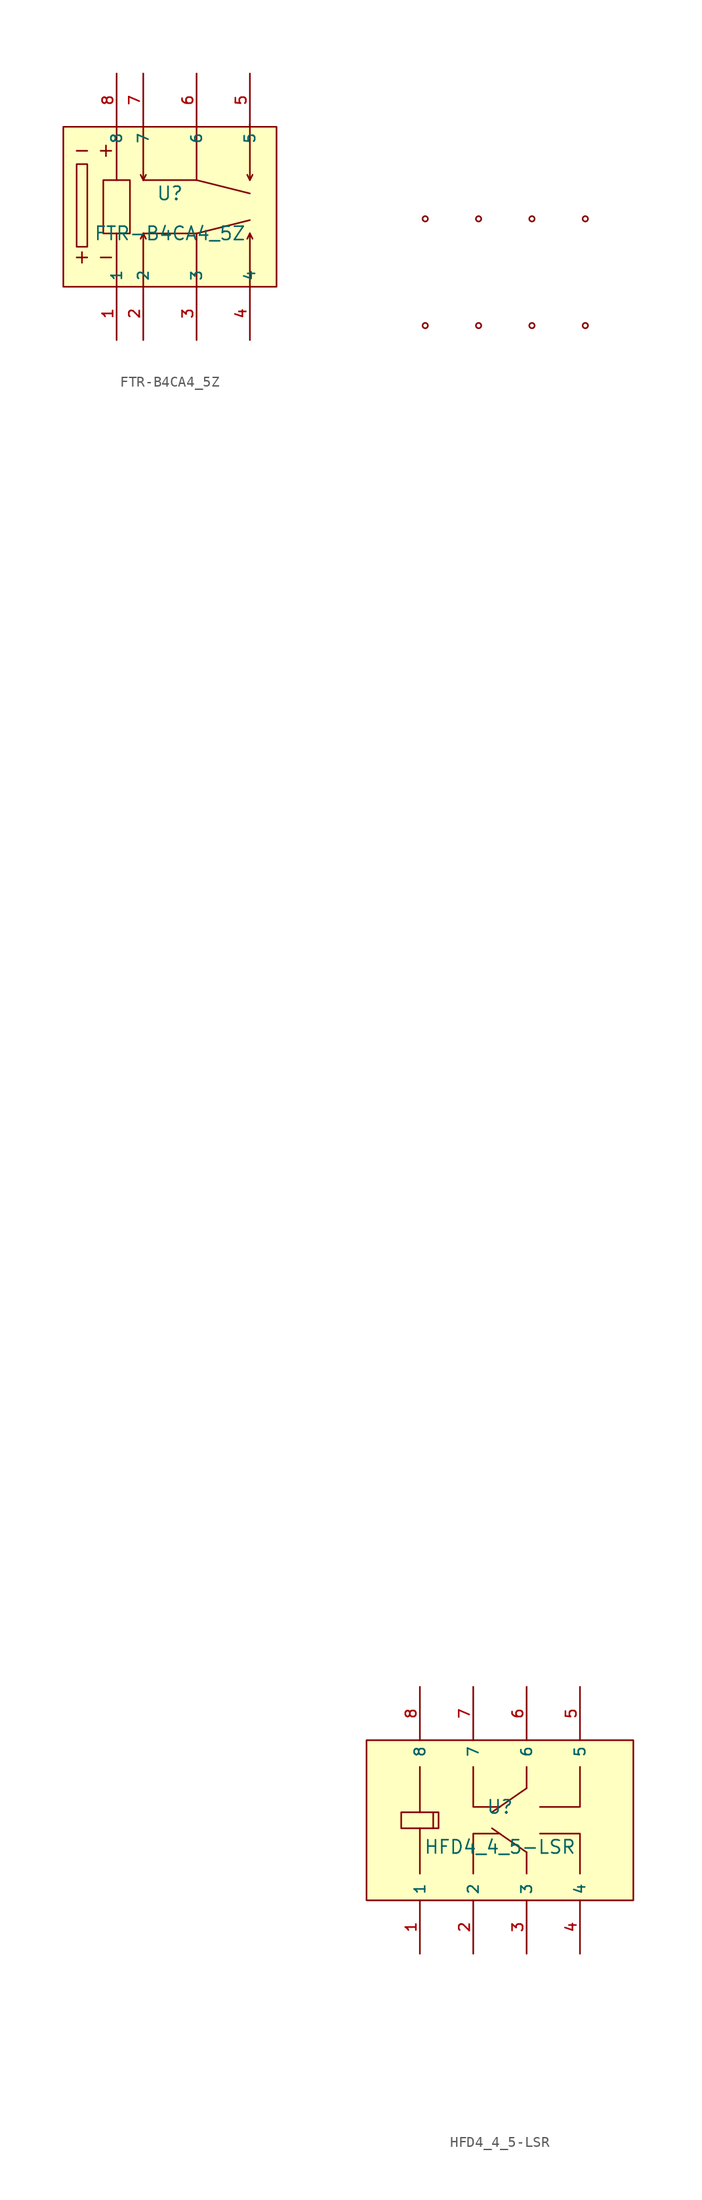
<source format=kicad_sym>
(kicad_symbol_lib
  (version 20231120)
  (generator "kicad_symbol_editor")
  (generator_version "8.0")
  (symbol "FTR-B4CA4_5Z"
    (property "Reference" "U"
      (at 0 1.27 0)
      (effects (font (size 1.27 1.27))))
    (property "Value" "FTR-B4CA4_5Z"
      (at 0 -2.54 0)
      (effects (font (size 1.27 1.27))))
    (symbol "FTR-B4CA4_5Z_0_1"
      (rectangle (start -10.16 7.62) (end 10.16 -7.62) (stroke (width 0) (type default)) (fill (type background)))
      (rectangle (start -8.89 4.064) (end -7.874 -3.81) (stroke (width 0) (type default)) (fill (type background)))
      (rectangle (start -6.35 2.54) (end -3.81 -2.54) (stroke (width 0) (type default)) (fill (type background)))
      (polyline (pts (xy -8.89 -4.826) (xy -7.874 -4.826)) (stroke (width 0) (type default)) (fill (type none)))
      (polyline (pts (xy -8.89 5.334) (xy -7.874 5.334)) (stroke (width 0) (type default)) (fill (type none)))
      (polyline (pts (xy -8.382 -4.318) (xy -8.382 -5.334)) (stroke (width 0) (type default)) (fill (type none)))
      (polyline (pts (xy -6.604 -4.826) (xy -5.588 -4.826)) (stroke (width 0) (type default)) (fill (type none)))
      (polyline (pts (xy -6.604 5.334) (xy -5.588 5.334)) (stroke (width 0) (type default)) (fill (type none)))
      (polyline (pts (xy -6.096 5.842) (xy -6.096 4.826)) (stroke (width 0) (type default)) (fill (type none)))
      (polyline (pts (xy -5.08 -7.62) (xy -5.08 -2.54)) (stroke (width 0) (type default)) (fill (type none)))
      (polyline (pts (xy -5.08 2.54) (xy -5.08 7.62)) (stroke (width 0) (type default)) (fill (type none)))
      (polyline (pts (xy -2.54 -7.62) (xy -2.54 -2.54)) (stroke (width 0) (type default)) (fill (type none)))
      (polyline (pts (xy -2.54 -2.54) (xy -2.794 -3.048)) (stroke (width 0) (type default)) (fill (type none)))
      (polyline (pts (xy -2.54 -2.54) (xy -2.286 -3.048)) (stroke (width 0) (type default)) (fill (type none)))
      (polyline (pts (xy -2.54 2.54) (xy -2.794 3.048)) (stroke (width 0) (type default)) (fill (type none)))
      (polyline (pts (xy -2.54 2.54) (xy -2.54 7.62)) (stroke (width 0) (type default)) (fill (type none)))
      (polyline (pts (xy -2.54 2.54) (xy -2.286 3.048)) (stroke (width 0) (type default)) (fill (type none)))
      (polyline (pts (xy 2.54 -7.62) (xy 2.54 -2.54)) (stroke (width 0) (type default)) (fill (type none)))
      (polyline (pts (xy 2.54 2.54) (xy 2.54 7.62)) (stroke (width 0) (type default)) (fill (type none)))
      (polyline (pts (xy 7.62 -7.62) (xy 7.62 -2.54)) (stroke (width 0) (type default)) (fill (type none)))
      (polyline (pts (xy 7.62 -2.54) (xy 7.366 -3.048)) (stroke (width 0) (type default)) (fill (type none)))
      (polyline (pts (xy 7.62 -2.54) (xy 7.874 -3.048)) (stroke (width 0) (type default)) (fill (type none)))
      (polyline (pts (xy 7.62 2.54) (xy 7.366 3.048)) (stroke (width 0) (type default)) (fill (type none)))
      (polyline (pts (xy 7.62 2.54) (xy 7.874 3.048)) (stroke (width 0) (type default)) (fill (type none)))
      (polyline (pts (xy 7.62 2.794) (xy 7.62 7.874)) (stroke (width 0) (type default)) (fill (type none)))
      (polyline (pts (xy -2.54 -2.54) (xy 2.54 -2.54) (xy 7.62 -1.27)) (stroke (width 0) (type default)) (fill (type none)))
      (polyline (pts (xy -2.54 2.54) (xy 2.54 2.54) (xy 7.62 1.27)) (stroke (width 0) (type default)) (fill (type none)))
      (pin unspecified line (at -5.08 -12.7 90) (length 5.08) (name "1" (effects (font (size 1 1)))) (number "1" (effects (font (size 1 1)))))
      (pin unspecified line (at -2.54 -12.7 90) (length 5.08) (name "2" (effects (font (size 1 1)))) (number "2" (effects (font (size 1 1)))))
      (pin unspecified line (at 2.54 -12.7 90) (length 5.08) (name "3" (effects (font (size 1 1)))) (number "3" (effects (font (size 1 1)))))
      (pin unspecified line (at 7.62 -12.7 90) (length 5.08) (name "4" (effects (font (size 1 1)))) (number "4" (effects (font (size 1 1)))))
      (pin unspecified line (at 7.62 12.7 270) (length 5.08) (name "5" (effects (font (size 1 1)))) (number "5" (effects (font (size 1 1)))))
      (pin unspecified line (at 2.54 12.7 270) (length 5.08) (name "6" (effects (font (size 1 1)))) (number "6" (effects (font (size 1 1)))))
      (pin unspecified line (at -2.54 12.7 270) (length 5.08) (name "7" (effects (font (size 1 1)))) (number "7" (effects (font (size 1 1)))))
      (pin unspecified line (at -5.08 12.7 270) (length 5.08) (name "8" (effects (font (size 1 1)))) (number "8" (effects (font (size 1 1)))))))
  (symbol "HFD4_4_5-LSR"
    (property "Reference" "U"
      (at 0 1.27 0)
      (effects (font (size 1.27 1.27))))
    (property "Value" "HFD4_4_5-LSR"
      (at 0 -2.54 0)
      (effects (font (size 1.27 1.27))))
    (symbol "HFD4_4_5-LSR_0_1"
      (pin unspecified line (at -2.54 -12.7 90) (length 5.08) (name "2" (effects (font (size 1 1)))) (number "2" (effects (font (size 1 1)))))
      (rectangle (start -12.7 7.62) (end 12.7 -7.62) (stroke (width 0) (type default) (color 0 0 0 0)) (fill (type background)))
      (pin input line (at -7.62 -12.7 90) (length 5.08) (name "1" (effects (font (size 1 1)))) (number "1" (effects (font (size 1 1)))))
      (pin input line (at 7.62 12.7 270) (length 5.08) (name "5" (effects (font (size 1 1)))) (number "5" (effects (font (size 1 1)))))
      (pin input line (at 2.54 -12.7 90) (length 5.08) (name "3" (effects (font (size 1 1)))) (number "3" (effects (font (size 1 1)))))
      (pin input line (at 7.62 -12.7 90) (length 5.08) (name "4" (effects (font (size 1 1)))) (number "4" (effects (font (size 1 1)))))
      (pin input line (at -2.54 12.7 270) (length 5.08) (name "7" (effects (font (size 1 1)))) (number "7" (effects (font (size 1 1)))))
      (pin input line (at -7.62 12.7 270) (length 5.08) (name "8" (effects (font (size 1 1)))) (number "8" (effects (font (size 1 1)))))
      (pin input line (at 2.54 12.7 270) (length 5.08) (name "6" (effects (font (size 1 1)))) (number "6" (effects (font (size 1 1)))))
      (polyline (pts (xy -7.62 -5.08) (xy -7.62 -0.762)) (stroke (width 0) (type default) (color 0 0 0 0)) (fill (type none)))
      (polyline (pts (xy -7.62 0.762) (xy -7.62 5.08)) (stroke (width 0) (type default) (color 0 0 0 0)) (fill (type none)))
      (arc (start -7.111887350758859 141.98603000381004) (mid -7.111887350758852 142.49403095631192) (end -7.1123953517113705 141.98603025781057) (stroke (width 0) (type default) (color 0 0 0 0)) (fill (type none)))
      (arc (start -7.111887350758859 152.14605032385066) (mid -7.111887350758852 152.65405127635256) (end -7.1123953517113705 152.1460505778512) (stroke (width 0) (type default) (color 0 0 0 0)) (fill (type none)))
      (polyline (pts (xy -9.398 0.762) (xy -9.398 -0.762) (xy -6.35 -0.762) (xy -6.35 0.762) (xy -9.398 0.762)) (stroke (width 0) (type default) (color 0 0 0 0)) (fill (type none)))
      (polyline (pts (xy -6.35 -0.762) (xy -5.842 -0.762) (xy -5.842 0.762) (xy -6.35 0.762)) (stroke (width 0) (type default) (color 0 0 0 0)) (fill (type none)))
      (polyline (pts (xy -2.54 -5.08) (xy -2.54 -1.27) (xy 0.0 -1.27)) (stroke (width 0) (type default) (color 0 0 0 0)) (fill (type none)))
      (polyline (pts (xy 2.54 -5.08) (xy 2.54 -3.048)) (stroke (width 0) (type default) (color 0 0 0 0)) (fill (type none)))
      (polyline (pts (xy 3.81 -1.27) (xy 7.62 -1.27) (xy 7.62 -5.08)) (stroke (width 0) (type default) (color 0 0 0 0)) (fill (type none)))
      (arc (start -2.0318771907385385 152.14605032385066) (mid -2.031877190738531 152.65405127635256) (end -2.0323851916910507 152.1460505778512) (stroke (width 0) (type default) (color 0 0 0 0)) (fill (type none)))
      (arc (start 3.048132969281782 152.14605032385066) (mid 3.0481329692817893 152.65405127635256) (end 3.0476249683292695 152.1460505778512) (stroke (width 0) (type default) (color 0 0 0 0)) (fill (type none)))
      (arc (start 8.128143129302096 152.14605032385066) (mid 8.12814312930211 152.65405127635256) (end 8.12763512834959 152.1460505778512) (stroke (width 0) (type default) (color 0 0 0 0)) (fill (type none)))
      (polyline (pts (xy 2.54 -3.048) (xy -0.762 -0.762)) (stroke (width 0) (type default) (color 0 0 0 0)) (fill (type none)))
      (polyline (pts (xy -2.54 5.08) (xy -2.54 1.27) (xy 0.0 1.27)) (stroke (width 0) (type default) (color 0 0 0 0)) (fill (type none)))
      (polyline (pts (xy 2.54 5.08) (xy 2.54 3.048)) (stroke (width 0) (type default) (color 0 0 0 0)) (fill (type none)))
      (polyline (pts (xy 3.81 1.27) (xy 7.62 1.27) (xy 7.62 5.08)) (stroke (width 0) (type default) (color 0 0 0 0)) (fill (type none)))
      (arc (start -2.0318771907385385 141.98603000381004) (mid -2.031877190738531 142.49403095631192) (end -2.0323851916910507 141.98603025781057) (stroke (width 0) (type default) (color 0 0 0 0)) (fill (type none)))
      (arc (start 3.048132969281782 141.98603000381004) (mid 3.0481329692817893 142.49403095631192) (end 3.0476249683292695 141.98603025781057) (stroke (width 0) (type default) (color 0 0 0 0)) (fill (type none)))
      (arc (start 8.128143129302096 141.98603000381004) (mid 8.12814312930211 142.49403095631192) (end 8.12763512834959 141.98603025781057) (stroke (width 0) (type default) (color 0 0 0 0)) (fill (type none)))
      (polyline (pts (xy 2.54 3.048) (xy -0.762 0.762)) (stroke (width 0) (type default) (color 0 0 0 0)) (fill (type none))))))
</source>
